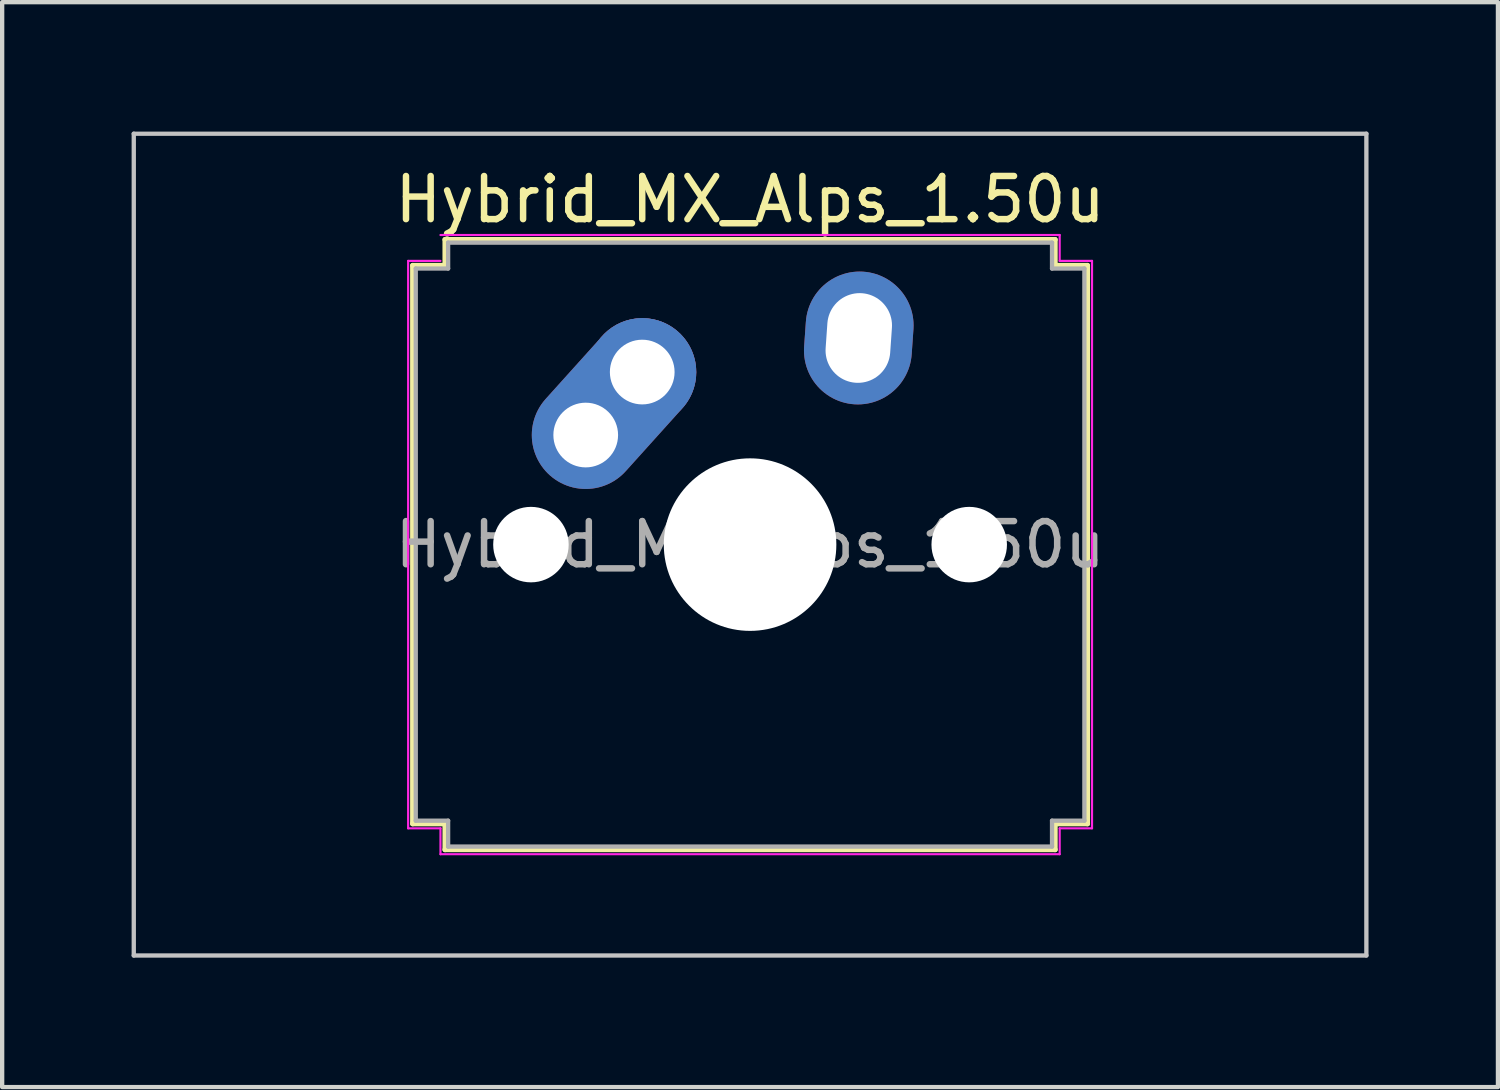
<source format=kicad_pcb>
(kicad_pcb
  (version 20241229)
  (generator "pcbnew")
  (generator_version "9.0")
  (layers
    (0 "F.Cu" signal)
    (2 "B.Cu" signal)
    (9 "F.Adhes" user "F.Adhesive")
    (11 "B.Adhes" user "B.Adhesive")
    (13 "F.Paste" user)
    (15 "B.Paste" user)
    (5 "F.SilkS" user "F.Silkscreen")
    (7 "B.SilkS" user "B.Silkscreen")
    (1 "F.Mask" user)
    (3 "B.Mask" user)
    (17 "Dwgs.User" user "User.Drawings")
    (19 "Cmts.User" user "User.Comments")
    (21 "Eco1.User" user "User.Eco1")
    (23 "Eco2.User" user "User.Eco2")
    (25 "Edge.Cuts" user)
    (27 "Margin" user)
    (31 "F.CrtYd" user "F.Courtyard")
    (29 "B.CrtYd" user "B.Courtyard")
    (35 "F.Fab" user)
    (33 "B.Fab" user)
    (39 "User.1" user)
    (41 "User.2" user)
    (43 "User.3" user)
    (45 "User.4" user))
  (footprint "Hybrid_MX_Alps_1.50u"
    (layer "F.Cu")
    (at 14.338 9.575)
    (property "Reference" "Hybrid_MX_Alps_1.50u" (at 0 -8 0) (layer "F.SilkS") (effects (font (size 1 1) (thickness 0.15))))
    (attr through_hole)
    (fp_line (start -7.821 -6.471) (end -7.071 -6.471) (stroke (width 0.12) (type solid)) (layer "F.SilkS"))
    (fp_line (start -7.821 6.471) (end -7.821 -6.471) (stroke (width 0.12) (type solid)) (layer "F.SilkS"))
    (fp_line (start -7.071 -7.071) (end 7.071 -7.071) (stroke (width 0.12) (type solid)) (layer "F.SilkS"))
    (fp_line (start -7.071 -6.471) (end -7.071 -7.071) (stroke (width 0.12) (type solid)) (layer "F.SilkS"))
    (fp_line (start -7.071 6.471) (end -7.821 6.471) (stroke (width 0.12) (type solid)) (layer "F.SilkS"))
    (fp_line (start -7.071 7.071) (end -7.071 6.471) (stroke (width 0.12) (type solid)) (layer "F.SilkS"))
    (fp_line (start 7.071 -7.071) (end 7.071 -6.471) (stroke (width 0.12) (type solid)) (layer "F.SilkS"))
    (fp_line (start 7.071 -6.471) (end 7.821 -6.471) (stroke (width 0.12) (type solid)) (layer "F.SilkS"))
    (fp_line (start 7.071 6.471) (end 7.071 7.071) (stroke (width 0.12) (type solid)) (layer "F.SilkS"))
    (fp_line (start 7.071 7.071) (end -7.071 7.071) (stroke (width 0.12) (type solid)) (layer "F.SilkS"))
    (fp_line (start 7.821 -6.471) (end 7.821 6.471) (stroke (width 0.12) (type solid)) (layer "F.SilkS"))
    (fp_line (start 7.821 6.471) (end 7.071 6.471) (stroke (width 0.12) (type solid)) (layer "F.SilkS"))
    (fp_line (start -14.287 -9.525) (end -14.287 9.525) (stroke (width 0.1) (type solid)) (layer "Dwgs.User"))
    (fp_line (start -14.287 9.525) (end 14.287 9.525) (stroke (width 0.1) (type solid)) (layer "Dwgs.User"))
    (fp_line (start 14.287 -9.525) (end -14.287 -9.525) (stroke (width 0.1) (type solid)) (layer "Dwgs.User"))
    (fp_line (start 14.287 9.525) (end 14.287 -9.525) (stroke (width 0.1) (type solid)) (layer "Dwgs.User"))
    (fp_line (start -7.927 -6.577) (end -7.177 -6.577) (stroke (width 0.05) (type solid)) (layer "F.CrtYd"))
    (fp_line (start -7.927 6.577) (end -7.927 -6.577) (stroke (width 0.05) (type solid)) (layer "F.CrtYd"))
    (fp_line (start -7.177 -7.177) (end 7.177 -7.177) (stroke (width 0.05) (type solid)) (layer "F.CrtYd"))
    (fp_line (start -7.177 6.577) (end -7.927 6.577) (stroke (width 0.05) (type solid)) (layer "F.CrtYd"))
    (fp_line (start -7.177 7.177) (end -7.177 6.577) (stroke (width 0.05) (type solid)) (layer "F.CrtYd"))
    (fp_line (start 7.177 -7.177) (end 7.177 -6.577) (stroke (width 0.05) (type solid)) (layer "F.CrtYd"))
    (fp_line (start 7.177 -6.577) (end 7.927 -6.577) (stroke (width 0.05) (type solid)) (layer "F.CrtYd"))
    (fp_line (start 7.177 6.577) (end 7.177 7.177) (stroke (width 0.05) (type solid)) (layer "F.CrtYd"))
    (fp_line (start 7.177 7.177) (end -7.177 7.177) (stroke (width 0.05) (type solid)) (layer "F.CrtYd"))
    (fp_line (start 7.927 -6.577) (end 7.927 6.577) (stroke (width 0.05) (type solid)) (layer "F.CrtYd"))
    (fp_line (start 7.927 6.577) (end 7.177 6.577) (stroke (width 0.05) (type solid)) (layer "F.CrtYd"))
    (fp_line (start -7.75 -6.4) (end -7 -6.4) (stroke (width 0.1) (type solid)) (layer "F.Fab"))
    (fp_line (start -7.75 6.4) (end -7.75 -6.4) (stroke (width 0.1) (type solid)) (layer "F.Fab"))
    (fp_line (start -7 -7) (end 7 -7) (stroke (width 0.1) (type solid)) (layer "F.Fab"))
    (fp_line (start -7 -6.4) (end -7 -7) (stroke (width 0.1) (type solid)) (layer "F.Fab"))
    (fp_line (start -7 6.4) (end -7.75 6.4) (stroke (width 0.1) (type solid)) (layer "F.Fab"))
    (fp_line (start -7 7) (end -7 6.4) (stroke (width 0.1) (type solid)) (layer "F.Fab"))
    (fp_line (start 7 -7) (end 7 -6.4) (stroke (width 0.1) (type solid)) (layer "F.Fab"))
    (fp_line (start 7 -6.4) (end 7.75 -6.4) (stroke (width 0.1) (type solid)) (layer "F.Fab"))
    (fp_line (start 7 6.4) (end 7 7) (stroke (width 0.1) (type solid)) (layer "F.Fab"))
    (fp_line (start 7 7) (end -7 7) (stroke (width 0.1) (type solid)) (layer "F.Fab"))
    (fp_line (start 7.75 -6.4) (end 7.75 6.4) (stroke (width 0.1) (type solid)) (layer "F.Fab"))
    (fp_line (start 7.75 6.4) (end 7 6.4) (stroke (width 0.1) (type solid)) (layer "F.Fab"))
    (fp_text user "${REFERENCE}" (at 0 0 0) (layer "F.Fab") (effects (font (size 1 1) (thickness 0.15))))
    (pad "" np_thru_hole circle (at -5.08 0) (size 1.75 1.75) (drill 1.75) (layers "*.Cu" "*.Mask"))
    (pad "" np_thru_hole circle (at 0 0) (size 4 4) (drill 4) (layers "*.Cu" "*.Mask"))
    (pad "" np_thru_hole circle (at 5.08 0) (size 1.75 1.75) (drill 1.75) (layers "*.Cu" "*.Mask"))
    (pad "1" thru_hole oval (at -3.81 -2.54 48) (size 4.462 2.5) (drill 1.5 (offset 0.981 0)) (layers "*.Cu" "*.Mask"))
    (pad "1" thru_hole circle (at -2.5 -4) (size 2.5 2.5) (drill 1.5) (layers "*.Cu" "*.Mask"))
    (pad "2" thru_hole oval (at 2.52 -4.79 86) (size 3.081 2.5) (drill oval 2.081 1.5) (layers "*.Cu" "*.Mask")))
  (gr_rect
    (start -3 -3)
    (end 31.675 22.15)
    (stroke (width 0.1) (type default))
    (fill no)
    (layer "Edge.Cuts")))
</source>
